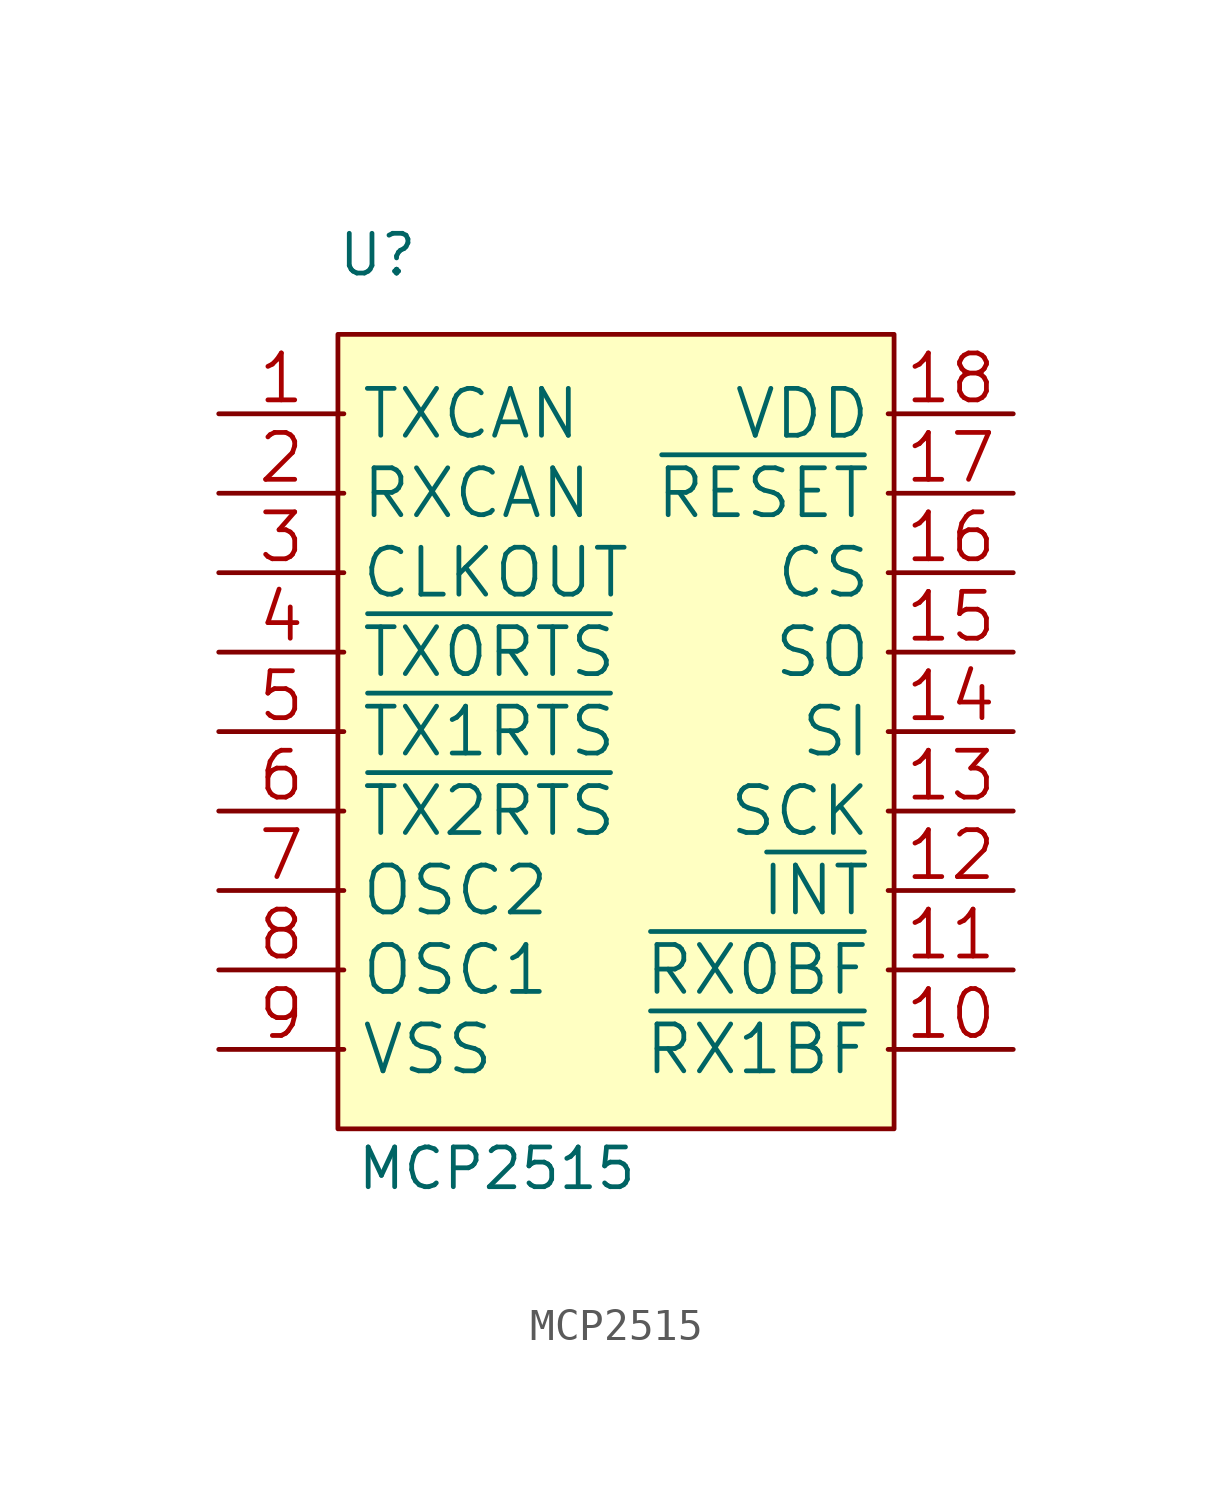
<source format=kicad_sym>
(kicad_symbol_lib
  (version 20211014)
  (generator kicad_symbol_editor)
  (symbol "MCP2515"
    (property "Reference" "U"
      (at -8.89 13.97 0)
      (effects (font (size 1.27 1.27))))
    (property "Value" "MCP2515"
      (at -5.08 -15.24 0)
      (effects (font (size 1.27 1.27))))
    (symbol "MCP2515_0_1"
      (rectangle (start -10.16 11.43) (end 7.62 -13.97) (stroke (width 0) (type default) (color 0 0 0 0)) (fill (type background))))
    (symbol "MCP2515_1_1"
      (pin bidirectional line (at -13.97 8.89 0) (length 4) (name "TXCAN" (effects (font (size 1.499 1.499)))) (number "1" (effects (font (size 1.499 1.499)))))
      (pin bidirectional line (at 11.43 -11.43 180) (length 4) (name "~{RX1BF}" (effects (font (size 1.499 1.499)))) (number "10" (effects (font (size 1.499 1.499)))))
      (pin bidirectional line (at 11.43 -8.89 180) (length 4) (name "~{RX0BF}" (effects (font (size 1.499 1.499)))) (number "11" (effects (font (size 1.499 1.499)))))
      (pin bidirectional line (at 11.43 -6.35 180) (length 4) (name "~{INT}" (effects (font (size 1.499 1.499)))) (number "12" (effects (font (size 1.499 1.499)))))
      (pin input line (at 11.43 -3.81 180) (length 4) (name "SCK" (effects (font (size 1.499 1.499)))) (number "13" (effects (font (size 1.499 1.499)))))
      (pin input line (at 11.43 -1.27 180) (length 4) (name "SI" (effects (font (size 1.499 1.499)))) (number "14" (effects (font (size 1.499 1.499)))))
      (pin output line (at 11.43 1.27 180) (length 4) (name "SO" (effects (font (size 1.499 1.499)))) (number "15" (effects (font (size 1.499 1.499)))))
      (pin input line (at 11.43 3.81 180) (length 4) (name "CS" (effects (font (size 1.499 1.499)))) (number "16" (effects (font (size 1.499 1.499)))))
      (pin input line (at 11.43 6.35 180) (length 4) (name "~{RESET}" (effects (font (size 1.499 1.499)))) (number "17" (effects (font (size 1.499 1.499)))))
      (pin power_in line (at 11.43 8.89 180) (length 4) (name "VDD" (effects (font (size 1.499 1.499)))) (number "18" (effects (font (size 1.499 1.499)))))
      (pin bidirectional line (at -13.97 6.35 0) (length 4) (name "RXCAN" (effects (font (size 1.499 1.499)))) (number "2" (effects (font (size 1.499 1.499)))))
      (pin output line (at -13.97 3.81 0) (length 4) (name "CLKOUT" (effects (font (size 1.499 1.499)))) (number "3" (effects (font (size 1.499 1.499)))))
      (pin bidirectional line (at -13.97 1.27 0) (length 4) (name "~{TX0RTS}" (effects (font (size 1.499 1.499)))) (number "4" (effects (font (size 1.499 1.499)))))
      (pin bidirectional line (at -13.97 -1.27 0) (length 4) (name "~{TX1RTS}" (effects (font (size 1.499 1.499)))) (number "5" (effects (font (size 1.499 1.499)))))
      (pin bidirectional line (at -13.97 -3.81 0) (length 4) (name "~{TX2RTS}" (effects (font (size 1.499 1.499)))) (number "6" (effects (font (size 1.499 1.499)))))
      (pin output line (at -13.97 -6.35 0) (length 4) (name "OSC2" (effects (font (size 1.499 1.499)))) (number "7" (effects (font (size 1.499 1.499)))))
      (pin input line (at -13.97 -8.89 0) (length 4) (name "OSC1" (effects (font (size 1.499 1.499)))) (number "8" (effects (font (size 1.499 1.499)))))
      (pin power_in line (at -13.97 -11.43 0) (length 4) (name "VSS" (effects (font (size 1.499 1.499)))) (number "9" (effects (font (size 1.499 1.499))))))))
</source>
